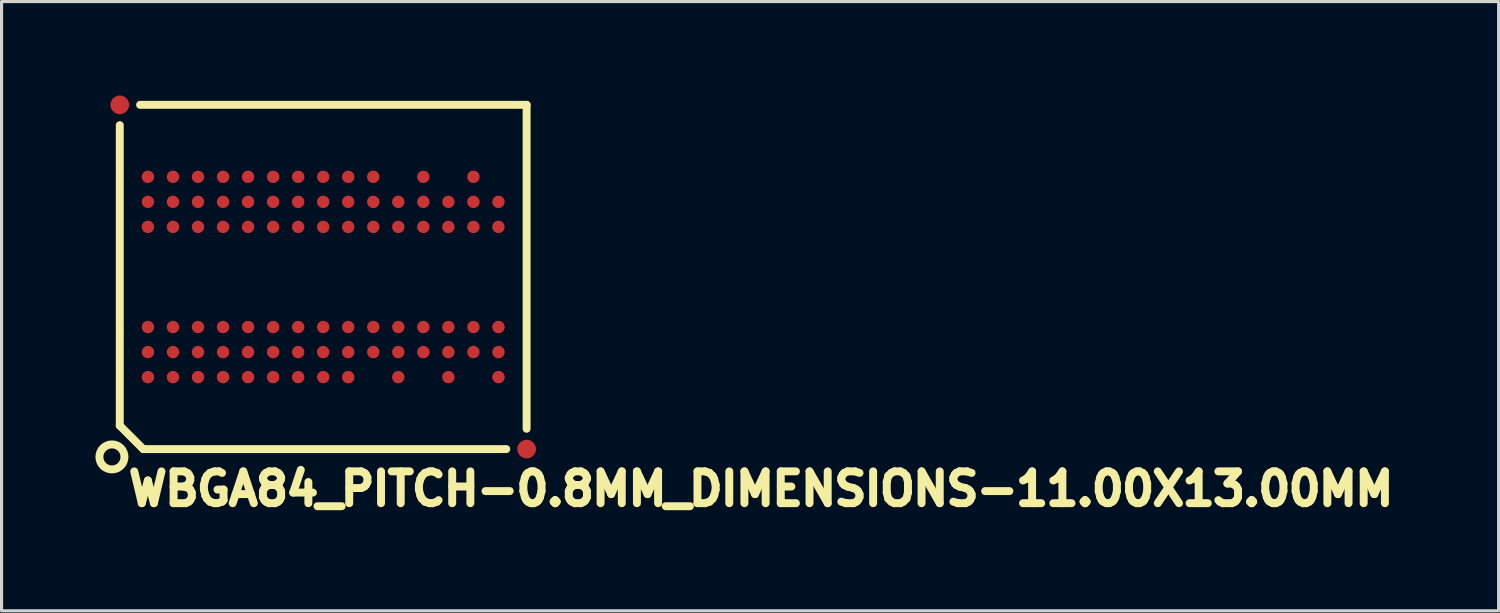
<source format=kicad_pcb>
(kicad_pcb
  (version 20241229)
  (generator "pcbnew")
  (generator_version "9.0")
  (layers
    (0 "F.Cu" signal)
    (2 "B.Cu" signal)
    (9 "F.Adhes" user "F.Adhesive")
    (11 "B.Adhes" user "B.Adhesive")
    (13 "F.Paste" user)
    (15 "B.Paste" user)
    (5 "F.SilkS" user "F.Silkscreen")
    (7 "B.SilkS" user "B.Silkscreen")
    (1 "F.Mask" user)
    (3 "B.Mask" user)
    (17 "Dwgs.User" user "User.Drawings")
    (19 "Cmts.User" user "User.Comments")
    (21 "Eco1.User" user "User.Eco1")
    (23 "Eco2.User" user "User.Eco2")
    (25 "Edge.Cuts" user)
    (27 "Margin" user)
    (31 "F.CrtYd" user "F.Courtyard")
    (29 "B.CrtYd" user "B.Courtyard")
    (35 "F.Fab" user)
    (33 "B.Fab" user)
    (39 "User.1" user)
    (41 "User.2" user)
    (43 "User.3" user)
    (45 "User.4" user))
  (footprint "WBGA84_PITCH-0.8MM_DIMENSIONS-11.00X13.00MM"
    (layer "F.Cu")
    (at 7.277 5.8)
    (property "Reference" "WBGA84_PITCH-0.8MM_DIMENSIONS-11.00X13.00MM" (at -6.35 7.366 0) (layer "F.SilkS") (effects (font (size 1.016 1.016) (thickness 0.254)) (justify left bottom)))
    (attr through_hole)
    (fp_line (start -6.5 -4.85) (end -6.5 4.75) (stroke (width 0.254) (type solid)) (layer "F.SilkS"))
    (fp_line (start -6.5 4.75) (end -5.75 5.5) (stroke (width 0.254) (type solid)) (layer "F.SilkS"))
    (fp_line (start -5.75 5.5) (end 5.85 5.5) (stroke (width 0.254) (type solid)) (layer "F.SilkS"))
    (fp_line (start 6.5 -5.5) (end -5.85 -5.5) (stroke (width 0.254) (type solid)) (layer "F.SilkS"))
    (fp_line (start 6.5 4.85) (end 6.5 -5.5) (stroke (width 0.254) (type solid)) (layer "F.SilkS"))
    (fp_circle (center -6.75 5.75) (end -6.35 5.75) (stroke (width 0.254) (type solid)) (fill no) (layer "F.SilkS"))
    (pad "" smd rect (at -5.6 -3.2 90) (size 0.42 0.42) (layers "F.Paste"))
    (pad "" smd rect (at -5.6 -2.4 90) (size 0.42 0.42) (layers "F.Paste"))
    (pad "" smd rect (at -5.6 -1.6 90) (size 0.42 0.42) (layers "F.Paste"))
    (pad "" smd rect (at -5.6 1.6 90) (size 0.42 0.42) (layers "F.Paste"))
    (pad "" smd rect (at -5.6 2.4 90) (size 0.42 0.42) (layers "F.Paste"))
    (pad "" smd rect (at -5.6 3.2 90) (size 0.42 0.42) (layers "F.Paste"))
    (pad "" smd rect (at -4.8 -3.2 90) (size 0.42 0.42) (layers "F.Paste"))
    (pad "" smd rect (at -4.8 -2.4 90) (size 0.42 0.42) (layers "F.Paste"))
    (pad "" smd rect (at -4.8 -1.6 90) (size 0.42 0.42) (layers "F.Paste"))
    (pad "" smd rect (at -4.8 1.6 90) (size 0.42 0.42) (layers "F.Paste"))
    (pad "" smd rect (at -4.8 2.4 90) (size 0.42 0.42) (layers "F.Paste"))
    (pad "" smd rect (at -4.8 3.2 90) (size 0.42 0.42) (layers "F.Paste"))
    (pad "" smd rect (at -4 -3.2 90) (size 0.42 0.42) (layers "F.Paste"))
    (pad "" smd rect (at -4 -2.4 90) (size 0.42 0.42) (layers "F.Paste"))
    (pad "" smd rect (at -4 -1.6 90) (size 0.42 0.42) (layers "F.Paste"))
    (pad "" smd rect (at -4 1.6 90) (size 0.42 0.42) (layers "F.Paste"))
    (pad "" smd rect (at -4 2.4 90) (size 0.42 0.42) (layers "F.Paste"))
    (pad "" smd rect (at -4 3.2 90) (size 0.42 0.42) (layers "F.Paste"))
    (pad "" smd rect (at -3.2 -3.2 90) (size 0.42 0.42) (layers "F.Paste"))
    (pad "" smd rect (at -3.2 -2.4 90) (size 0.42 0.42) (layers "F.Paste"))
    (pad "" smd rect (at -3.2 -1.6 90) (size 0.42 0.42) (layers "F.Paste"))
    (pad "" smd rect (at -3.2 1.6 90) (size 0.42 0.42) (layers "F.Paste"))
    (pad "" smd rect (at -3.2 2.4 90) (size 0.42 0.42) (layers "F.Paste"))
    (pad "" smd rect (at -3.2 3.2 90) (size 0.42 0.42) (layers "F.Paste"))
    (pad "" smd rect (at -2.4 -3.2 90) (size 0.42 0.42) (layers "F.Paste"))
    (pad "" smd rect (at -2.4 -2.4 90) (size 0.42 0.42) (layers "F.Paste"))
    (pad "" smd rect (at -2.4 -1.6 90) (size 0.42 0.42) (layers "F.Paste"))
    (pad "" smd rect (at -2.4 1.6 90) (size 0.42 0.42) (layers "F.Paste"))
    (pad "" smd rect (at -2.4 2.4 90) (size 0.42 0.42) (layers "F.Paste"))
    (pad "" smd rect (at -2.4 3.2 90) (size 0.42 0.42) (layers "F.Paste"))
    (pad "" smd rect (at -1.6 -3.2 90) (size 0.42 0.42) (layers "F.Paste"))
    (pad "" smd rect (at -1.6 -2.4 90) (size 0.42 0.42) (layers "F.Paste"))
    (pad "" smd rect (at -1.6 -1.6 90) (size 0.42 0.42) (layers "F.Paste"))
    (pad "" smd rect (at -1.6 1.6 90) (size 0.42 0.42) (layers "F.Paste"))
    (pad "" smd rect (at -1.6 2.4 90) (size 0.42 0.42) (layers "F.Paste"))
    (pad "" smd rect (at -1.6 3.2 90) (size 0.42 0.42) (layers "F.Paste"))
    (pad "" smd rect (at -0.8 -3.2 90) (size 0.42 0.42) (layers "F.Paste"))
    (pad "" smd rect (at -0.8 -2.4 90) (size 0.42 0.42) (layers "F.Paste"))
    (pad "" smd rect (at -0.8 -1.6 90) (size 0.42 0.42) (layers "F.Paste"))
    (pad "" smd rect (at -0.8 1.6 90) (size 0.42 0.42) (layers "F.Paste"))
    (pad "" smd rect (at -0.8 2.4 90) (size 0.42 0.42) (layers "F.Paste"))
    (pad "" smd rect (at -0.8 3.2 90) (size 0.42 0.42) (layers "F.Paste"))
    (pad "" smd rect (at 0 -3.2 90) (size 0.42 0.42) (layers "F.Paste"))
    (pad "" smd rect (at 0 -2.4 90) (size 0.42 0.42) (layers "F.Paste"))
    (pad "" smd rect (at 0 -1.6 90) (size 0.42 0.42) (layers "F.Paste"))
    (pad "" smd rect (at 0 1.6 90) (size 0.42 0.42) (layers "F.Paste"))
    (pad "" smd rect (at 0 2.4 90) (size 0.42 0.42) (layers "F.Paste"))
    (pad "" smd rect (at 0 3.2 90) (size 0.42 0.42) (layers "F.Paste"))
    (pad "" smd rect (at 0.8 -3.2 90) (size 0.42 0.42) (layers "F.Paste"))
    (pad "" smd rect (at 0.8 -2.4 90) (size 0.42 0.42) (layers "F.Paste"))
    (pad "" smd rect (at 0.8 -1.6 90) (size 0.42 0.42) (layers "F.Paste"))
    (pad "" smd rect (at 0.8 1.6 90) (size 0.42 0.42) (layers "F.Paste"))
    (pad "" smd rect (at 0.8 2.4 90) (size 0.42 0.42) (layers "F.Paste"))
    (pad "" smd rect (at 0.8 3.2 90) (size 0.42 0.42) (layers "F.Paste"))
    (pad "" smd rect (at 1.6 -3.2 90) (size 0.42 0.42) (layers "F.Paste"))
    (pad "" smd rect (at 1.6 -2.4 90) (size 0.42 0.42) (layers "F.Paste"))
    (pad "" smd rect (at 1.6 -1.6 90) (size 0.42 0.42) (layers "F.Paste"))
    (pad "" smd rect (at 1.6 1.6 90) (size 0.42 0.42) (layers "F.Paste"))
    (pad "" smd rect (at 1.6 2.4 90) (size 0.42 0.42) (layers "F.Paste"))
    (pad "" smd rect (at 2.4 -2.4 90) (size 0.42 0.42) (layers "F.Paste"))
    (pad "" smd rect (at 2.4 -1.6 90) (size 0.42 0.42) (layers "F.Paste"))
    (pad "" smd rect (at 2.4 1.6 90) (size 0.42 0.42) (layers "F.Paste"))
    (pad "" smd rect (at 2.4 2.4 90) (size 0.42 0.42) (layers "F.Paste"))
    (pad "" smd rect (at 2.4 3.2 90) (size 0.42 0.42) (layers "F.Paste"))
    (pad "" smd rect (at 3.2 -3.2 90) (size 0.42 0.42) (layers "F.Paste"))
    (pad "" smd rect (at 3.2 -2.4 90) (size 0.42 0.42) (layers "F.Paste"))
    (pad "" smd rect (at 3.2 -1.6 90) (size 0.42 0.42) (layers "F.Paste"))
    (pad "" smd rect (at 3.2 1.6 90) (size 0.42 0.42) (layers "F.Paste"))
    (pad "" smd rect (at 3.2 2.4 90) (size 0.42 0.42) (layers "F.Paste"))
    (pad "" smd rect (at 4 -2.4 90) (size 0.42 0.42) (layers "F.Paste"))
    (pad "" smd rect (at 4 -1.6 90) (size 0.42 0.42) (layers "F.Paste"))
    (pad "" smd rect (at 4 1.6 90) (size 0.42 0.42) (layers "F.Paste"))
    (pad "" smd rect (at 4 2.4 90) (size 0.42 0.42) (layers "F.Paste"))
    (pad "" smd rect (at 4 3.2 90) (size 0.42 0.42) (layers "F.Paste"))
    (pad "" smd rect (at 4.8 -3.2 90) (size 0.42 0.42) (layers "F.Paste"))
    (pad "" smd rect (at 4.8 -2.4 90) (size 0.42 0.42) (layers "F.Paste"))
    (pad "" smd rect (at 4.8 -1.6 90) (size 0.42 0.42) (layers "F.Paste"))
    (pad "" smd rect (at 4.8 1.6 90) (size 0.42 0.42) (layers "F.Paste"))
    (pad "" smd rect (at 4.8 2.4 90) (size 0.42 0.42) (layers "F.Paste"))
    (pad "" smd rect (at 5.6 -2.4 90) (size 0.42 0.42) (layers "F.Paste"))
    (pad "" smd rect (at 5.6 -1.6 90) (size 0.42 0.42) (layers "F.Paste"))
    (pad "" smd rect (at 5.6 1.6 90) (size 0.42 0.42) (layers "F.Paste"))
    (pad "" smd rect (at 5.6 2.4 90) (size 0.42 0.42) (layers "F.Paste"))
    (pad "" smd rect (at 5.6 3.2 90) (size 0.42 0.42) (layers "F.Paste"))
    (pad "A1" smd roundrect (at -5.6 3.2 90) (size 0.4 0.4) (layers "F.Cu" "F.Mask") (roundrect_rratio 0.5))
    (pad "A2" smd roundrect (at -5.6 2.4 90) (size 0.4 0.4) (layers "F.Cu" "F.Mask") (roundrect_rratio 0.5))
    (pad "A3" smd roundrect (at -5.6 1.6 90) (size 0.4 0.4) (layers "F.Cu" "F.Mask") (roundrect_rratio 0.5))
    (pad "A7" smd roundrect (at -5.6 -1.6 90) (size 0.4 0.4) (layers "F.Cu" "F.Mask") (roundrect_rratio 0.5))
    (pad "A8" smd roundrect (at -5.6 -2.4 90) (size 0.4 0.4) (layers "F.Cu" "F.Mask") (roundrect_rratio 0.5))
    (pad "A9" smd roundrect (at -5.6 -3.2 90) (size 0.4 0.4) (layers "F.Cu" "F.Mask") (roundrect_rratio 0.5))
    (pad "B1" smd roundrect (at -4.8 3.2 90) (size 0.4 0.4) (layers "F.Cu" "F.Mask") (roundrect_rratio 0.5))
    (pad "B2" smd roundrect (at -4.8 2.4 90) (size 0.4 0.4) (layers "F.Cu" "F.Mask") (roundrect_rratio 0.5))
    (pad "B3" smd roundrect (at -4.8 1.6 90) (size 0.4 0.4) (layers "F.Cu" "F.Mask") (roundrect_rratio 0.5))
    (pad "B7" smd roundrect (at -4.8 -1.6 90) (size 0.4 0.4) (layers "F.Cu" "F.Mask") (roundrect_rratio 0.5))
    (pad "B8" smd roundrect (at -4.8 -2.4 90) (size 0.4 0.4) (layers "F.Cu" "F.Mask") (roundrect_rratio 0.5))
    (pad "B9" smd roundrect (at -4.8 -3.2 90) (size 0.4 0.4) (layers "F.Cu" "F.Mask") (roundrect_rratio 0.5))
    (pad "C1" smd roundrect (at -4 3.2 90) (size 0.4 0.4) (layers "F.Cu" "F.Mask") (roundrect_rratio 0.5))
    (pad "C2" smd roundrect (at -4 2.4 90) (size 0.4 0.4) (layers "F.Cu" "F.Mask") (roundrect_rratio 0.5))
    (pad "C3" smd roundrect (at -4 1.6 90) (size 0.4 0.4) (layers "F.Cu" "F.Mask") (roundrect_rratio 0.5))
    (pad "C7" smd roundrect (at -4 -1.6 90) (size 0.4 0.4) (layers "F.Cu" "F.Mask") (roundrect_rratio 0.5))
    (pad "C8" smd roundrect (at -4 -2.4 90) (size 0.4 0.4) (layers "F.Cu" "F.Mask") (roundrect_rratio 0.5))
    (pad "C9" smd roundrect (at -4 -3.2 90) (size 0.4 0.4) (layers "F.Cu" "F.Mask") (roundrect_rratio 0.5))
    (pad "D1" smd roundrect (at -3.2 3.2 90) (size 0.4 0.4) (layers "F.Cu" "F.Mask") (roundrect_rratio 0.5))
    (pad "D2" smd roundrect (at -3.2 2.4 90) (size 0.4 0.4) (layers "F.Cu" "F.Mask") (roundrect_rratio 0.5))
    (pad "D3" smd roundrect (at -3.2 1.6 90) (size 0.4 0.4) (layers "F.Cu" "F.Mask") (roundrect_rratio 0.5))
    (pad "D7" smd roundrect (at -3.2 -1.6 90) (size 0.4 0.4) (layers "F.Cu" "F.Mask") (roundrect_rratio 0.5))
    (pad "D8" smd roundrect (at -3.2 -2.4 90) (size 0.4 0.4) (layers "F.Cu" "F.Mask") (roundrect_rratio 0.5))
    (pad "D9" smd roundrect (at -3.2 -3.2 90) (size 0.4 0.4) (layers "F.Cu" "F.Mask") (roundrect_rratio 0.5))
    (pad "E1" smd roundrect (at -2.4 3.2 90) (size 0.4 0.4) (layers "F.Cu" "F.Mask") (roundrect_rratio 0.5))
    (pad "E2" smd roundrect (at -2.4 2.4 90) (size 0.4 0.4) (layers "F.Cu" "F.Mask") (roundrect_rratio 0.5))
    (pad "E3" smd roundrect (at -2.4 1.6 90) (size 0.4 0.4) (layers "F.Cu" "F.Mask") (roundrect_rratio 0.5))
    (pad "E7" smd roundrect (at -2.4 -1.6 90) (size 0.4 0.4) (layers "F.Cu" "F.Mask") (roundrect_rratio 0.5))
    (pad "E8" smd roundrect (at -2.4 -2.4 90) (size 0.4 0.4) (layers "F.Cu" "F.Mask") (roundrect_rratio 0.5))
    (pad "E9" smd roundrect (at -2.4 -3.2 90) (size 0.4 0.4) (layers "F.Cu" "F.Mask") (roundrect_rratio 0.5))
    (pad "F1" smd roundrect (at -1.6 3.2 90) (size 0.4 0.4) (layers "F.Cu" "F.Mask") (roundrect_rratio 0.5))
    (pad "F2" smd roundrect (at -1.6 2.4 90) (size 0.4 0.4) (layers "F.Cu" "F.Mask") (roundrect_rratio 0.5))
    (pad "F3" smd roundrect (at -1.6 1.6 90) (size 0.4 0.4) (layers "F.Cu" "F.Mask") (roundrect_rratio 0.5))
    (pad "F7" smd roundrect (at -1.6 -1.6 90) (size 0.4 0.4) (layers "F.Cu" "F.Mask") (roundrect_rratio 0.5))
    (pad "F8" smd roundrect (at -1.6 -2.4 90) (size 0.4 0.4) (layers "F.Cu" "F.Mask") (roundrect_rratio 0.5))
    (pad "F9" smd roundrect (at -1.6 -3.2 90) (size 0.4 0.4) (layers "F.Cu" "F.Mask") (roundrect_rratio 0.5))
    (pad "FID1" smd roundrect (at 6.5 5.5 90) (size 0.6 0.6) (layers "F.Cu" "F.Mask") (roundrect_rratio 0.5))
    (pad "FID2" smd roundrect (at -6.5 -5.5 90) (size 0.6 0.6) (layers "F.Cu" "F.Mask") (roundrect_rratio 0.5))
    (pad "G1" smd roundrect (at -0.8 3.2 90) (size 0.4 0.4) (layers "F.Cu" "F.Mask") (roundrect_rratio 0.5))
    (pad "G2" smd roundrect (at -0.8 2.4 90) (size 0.4 0.4) (layers "F.Cu" "F.Mask") (roundrect_rratio 0.5))
    (pad "G3" smd roundrect (at -0.8 1.6 90) (size 0.4 0.4) (layers "F.Cu" "F.Mask") (roundrect_rratio 0.5))
    (pad "G7" smd roundrect (at -0.8 -1.6 90) (size 0.4 0.4) (layers "F.Cu" "F.Mask") (roundrect_rratio 0.5))
    (pad "G8" smd roundrect (at -0.8 -2.4 90) (size 0.4 0.4) (layers "F.Cu" "F.Mask") (roundrect_rratio 0.5))
    (pad "G9" smd roundrect (at -0.8 -3.2 90) (size 0.4 0.4) (layers "F.Cu" "F.Mask") (roundrect_rratio 0.5))
    (pad "H1" smd roundrect (at 0 3.2 90) (size 0.4 0.4) (layers "F.Cu" "F.Mask") (roundrect_rratio 0.5))
    (pad "H2" smd roundrect (at 0 2.4 90) (size 0.4 0.4) (layers "F.Cu" "F.Mask") (roundrect_rratio 0.5))
    (pad "H3" smd roundrect (at 0 1.6 90) (size 0.4 0.4) (layers "F.Cu" "F.Mask") (roundrect_rratio 0.5))
    (pad "H7" smd roundrect (at 0 -1.6 90) (size 0.4 0.4) (layers "F.Cu" "F.Mask") (roundrect_rratio 0.5))
    (pad "H8" smd roundrect (at 0 -2.4 90) (size 0.4 0.4) (layers "F.Cu" "F.Mask") (roundrect_rratio 0.5))
    (pad "H9" smd roundrect (at 0 -3.2 90) (size 0.4 0.4) (layers "F.Cu" "F.Mask") (roundrect_rratio 0.5))
    (pad "J1" smd roundrect (at 0.8 3.2 90) (size 0.4 0.4) (layers "F.Cu" "F.Mask") (roundrect_rratio 0.5))
    (pad "J2" smd roundrect (at 0.8 2.4 90) (size 0.4 0.4) (layers "F.Cu" "F.Mask") (roundrect_rratio 0.5))
    (pad "J3" smd roundrect (at 0.8 1.6 90) (size 0.4 0.4) (layers "F.Cu" "F.Mask") (roundrect_rratio 0.5))
    (pad "J7" smd roundrect (at 0.8 -1.6 90) (size 0.4 0.4) (layers "F.Cu" "F.Mask") (roundrect_rratio 0.5))
    (pad "J8" smd roundrect (at 0.8 -2.4 90) (size 0.4 0.4) (layers "F.Cu" "F.Mask") (roundrect_rratio 0.5))
    (pad "J9" smd roundrect (at 0.8 -3.2 90) (size 0.4 0.4) (layers "F.Cu" "F.Mask") (roundrect_rratio 0.5))
    (pad "K2" smd roundrect (at 1.6 2.4 90) (size 0.4 0.4) (layers "F.Cu" "F.Mask") (roundrect_rratio 0.5))
    (pad "K3" smd roundrect (at 1.6 1.6 90) (size 0.4 0.4) (layers "F.Cu" "F.Mask") (roundrect_rratio 0.5))
    (pad "K7" smd roundrect (at 1.6 -1.6 90) (size 0.4 0.4) (layers "F.Cu" "F.Mask") (roundrect_rratio 0.5))
    (pad "K8" smd roundrect (at 1.6 -2.4 90) (size 0.4 0.4) (layers "F.Cu" "F.Mask") (roundrect_rratio 0.5))
    (pad "K9" smd roundrect (at 1.6 -3.2 90) (size 0.4 0.4) (layers "F.Cu" "F.Mask") (roundrect_rratio 0.5))
    (pad "L1" smd roundrect (at 2.4 3.2 90) (size 0.4 0.4) (layers "F.Cu" "F.Mask") (roundrect_rratio 0.5))
    (pad "L2" smd roundrect (at 2.4 2.4 90) (size 0.4 0.4) (layers "F.Cu" "F.Mask") (roundrect_rratio 0.5))
    (pad "L3" smd roundrect (at 2.4 1.6 90) (size 0.4 0.4) (layers "F.Cu" "F.Mask") (roundrect_rratio 0.5))
    (pad "L7" smd roundrect (at 2.4 -1.6 90) (size 0.4 0.4) (layers "F.Cu" "F.Mask") (roundrect_rratio 0.5))
    (pad "L8" smd roundrect (at 2.4 -2.4 90) (size 0.4 0.4) (layers "F.Cu" "F.Mask") (roundrect_rratio 0.5))
    (pad "M2" smd roundrect (at 3.2 2.4 90) (size 0.4 0.4) (layers "F.Cu" "F.Mask") (roundrect_rratio 0.5))
    (pad "M3" smd roundrect (at 3.2 1.6 90) (size 0.4 0.4) (layers "F.Cu" "F.Mask") (roundrect_rratio 0.5))
    (pad "M7" smd roundrect (at 3.2 -1.6 90) (size 0.4 0.4) (layers "F.Cu" "F.Mask") (roundrect_rratio 0.5))
    (pad "M8" smd roundrect (at 3.2 -2.4 90) (size 0.4 0.4) (layers "F.Cu" "F.Mask") (roundrect_rratio 0.5))
    (pad "M9" smd roundrect (at 3.2 -3.2 90) (size 0.4 0.4) (layers "F.Cu" "F.Mask") (roundrect_rratio 0.5))
    (pad "N1" smd roundrect (at 4 3.2 90) (size 0.4 0.4) (layers "F.Cu" "F.Mask") (roundrect_rratio 0.5))
    (pad "N2" smd roundrect (at 4 2.4 90) (size 0.4 0.4) (layers "F.Cu" "F.Mask") (roundrect_rratio 0.5))
    (pad "N3" smd roundrect (at 4 1.6 90) (size 0.4 0.4) (layers "F.Cu" "F.Mask") (roundrect_rratio 0.5))
    (pad "N7" smd roundrect (at 4 -1.6 90) (size 0.4 0.4) (layers "F.Cu" "F.Mask") (roundrect_rratio 0.5))
    (pad "N8" smd roundrect (at 4 -2.4 90) (size 0.4 0.4) (layers "F.Cu" "F.Mask") (roundrect_rratio 0.5))
    (pad "P2" smd roundrect (at 4.8 2.4 90) (size 0.4 0.4) (layers "F.Cu" "F.Mask") (roundrect_rratio 0.5))
    (pad "P3" smd roundrect (at 4.8 1.6 90) (size 0.4 0.4) (layers "F.Cu" "F.Mask") (roundrect_rratio 0.5))
    (pad "P7" smd roundrect (at 4.8 -1.6 90) (size 0.4 0.4) (layers "F.Cu" "F.Mask") (roundrect_rratio 0.5))
    (pad "P8" smd roundrect (at 4.8 -2.4 90) (size 0.4 0.4) (layers "F.Cu" "F.Mask") (roundrect_rratio 0.5))
    (pad "P9" smd roundrect (at 4.8 -3.2 90) (size 0.4 0.4) (layers "F.Cu" "F.Mask") (roundrect_rratio 0.5))
    (pad "R1" smd roundrect (at 5.6 3.2 90) (size 0.4 0.4) (layers "F.Cu" "F.Mask") (roundrect_rratio 0.5))
    (pad "R2" smd roundrect (at 5.6 2.4 90) (size 0.4 0.4) (layers "F.Cu" "F.Mask") (roundrect_rratio 0.5))
    (pad "R3" smd roundrect (at 5.6 1.6 90) (size 0.4 0.4) (layers "F.Cu" "F.Mask") (roundrect_rratio 0.5))
    (pad "R7" smd roundrect (at 5.6 -1.6 90) (size 0.4 0.4) (layers "F.Cu" "F.Mask") (roundrect_rratio 0.5))
    (pad "R8" smd roundrect (at 5.6 -2.4 90) (size 0.4 0.4) (layers "F.Cu" "F.Mask") (roundrect_rratio 0.5)))
  (gr_rect
    (start -3 -3)
    (end 44.836 16.468)
    (stroke (width 0.1) (type default))
    (fill no)
    (layer "Edge.Cuts")))
</source>
